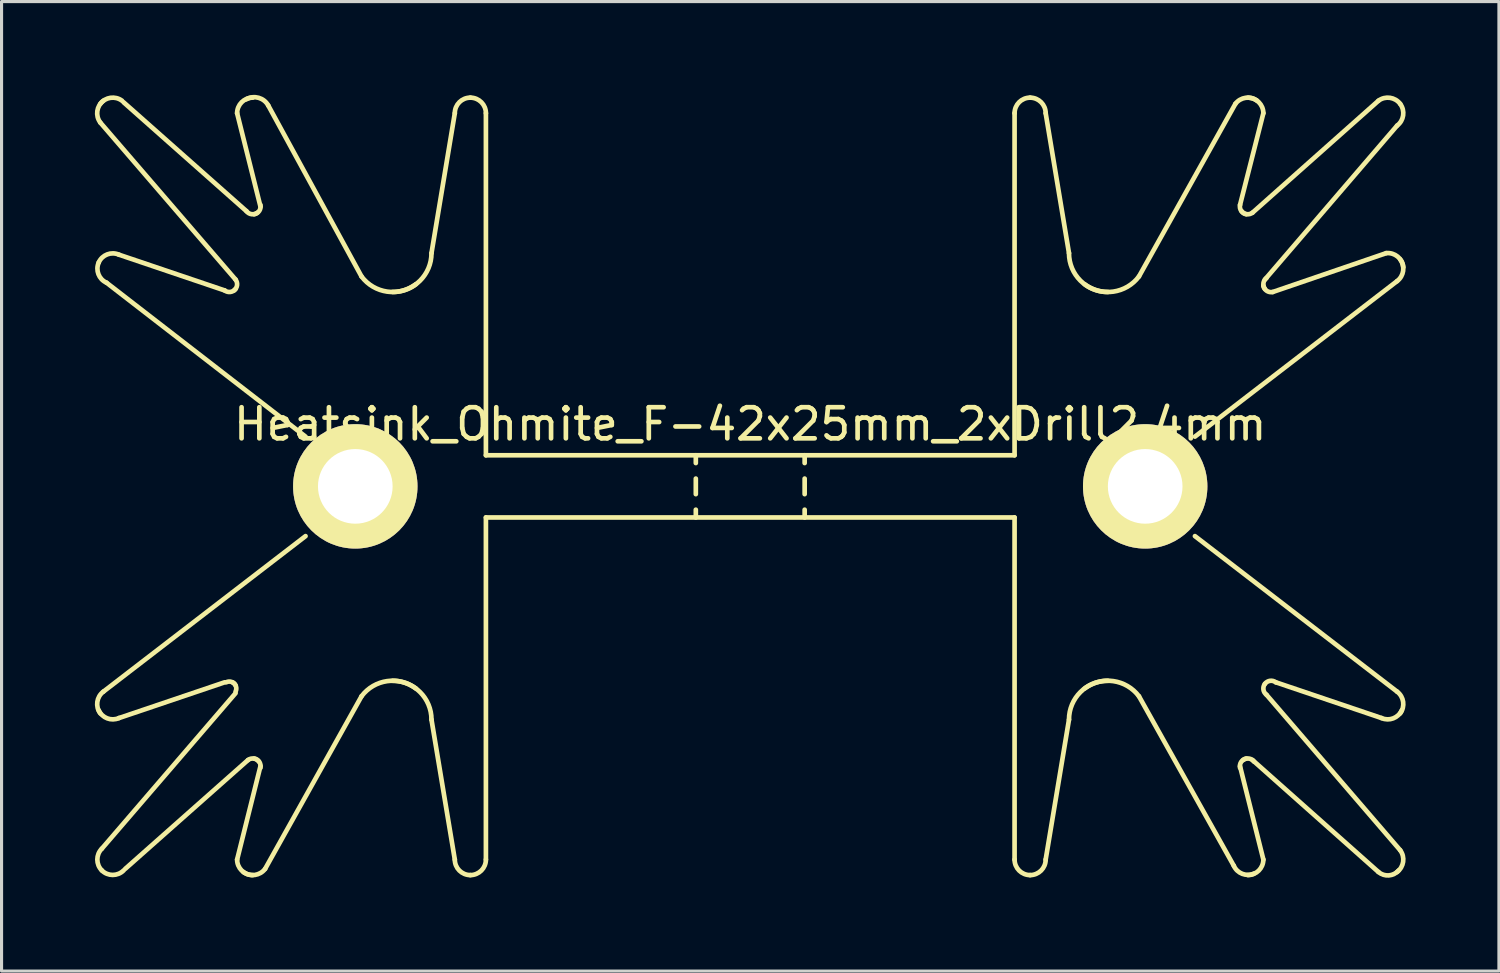
<source format=kicad_pcb>
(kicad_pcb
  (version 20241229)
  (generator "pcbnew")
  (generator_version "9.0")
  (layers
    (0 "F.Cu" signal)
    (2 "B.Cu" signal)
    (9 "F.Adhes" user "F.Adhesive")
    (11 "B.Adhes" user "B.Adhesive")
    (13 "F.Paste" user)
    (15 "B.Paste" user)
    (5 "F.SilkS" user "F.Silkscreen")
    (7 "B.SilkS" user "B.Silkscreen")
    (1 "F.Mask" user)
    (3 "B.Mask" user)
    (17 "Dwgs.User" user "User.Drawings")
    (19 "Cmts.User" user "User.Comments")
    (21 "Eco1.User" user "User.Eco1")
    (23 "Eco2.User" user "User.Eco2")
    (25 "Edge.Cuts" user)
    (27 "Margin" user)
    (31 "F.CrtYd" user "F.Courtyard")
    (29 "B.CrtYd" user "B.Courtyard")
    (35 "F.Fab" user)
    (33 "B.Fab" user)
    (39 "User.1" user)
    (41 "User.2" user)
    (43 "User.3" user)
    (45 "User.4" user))
  (footprint "Heatsink_Ohmite_F-42x25mm_2xDrill2.4mm"
    (layer "F.Cu")
    (at 21.075 12.59)
    (property "Reference" "Heatsink_Ohmite_F-42x25mm_2xDrill2.4mm" (at 0 -2 0) (layer "F.SilkS") (effects (font (size 1 1) (thickness 0.15))))
    (attr through_hole)
    (fp_line (start -20.85 11.65) (end -16.55 6.65) (stroke (width 0.15) (type solid)) (layer "F.SilkS"))
    (fp_line (start -20.8 6.6) (end -14.3 1.6) (stroke (width 0.15) (type solid)) (layer "F.SilkS"))
    (fp_line (start -20.7 -6.55) (end -14.3 -1.6) (stroke (width 0.15) (type solid)) (layer "F.SilkS"))
    (fp_line (start -20.3 7.45) (end -16.9 6.3) (stroke (width 0.15) (type solid)) (layer "F.SilkS"))
    (fp_line (start -20.1 12.3) (end -16.15 8.8) (stroke (width 0.15) (type solid)) (layer "F.SilkS"))
    (fp_line (start -16.9 -6.3) (end -20.3 -7.45) (stroke (width 0.15) (type solid)) (layer "F.SilkS"))
    (fp_line (start -16.55 -6.65) (end -20.9 -11.7) (stroke (width 0.15) (type solid)) (layer "F.SilkS"))
    (fp_line (start -16.5 12) (end -15.75 9) (stroke (width 0.15) (type solid)) (layer "F.SilkS"))
    (fp_line (start -16.2 -8.85) (end -20.15 -12.35) (stroke (width 0.15) (type solid)) (layer "F.SilkS"))
    (fp_line (start -15.75 -9) (end -16.5 -12) (stroke (width 0.15) (type solid)) (layer "F.SilkS"))
    (fp_line (start -15.6 12.3) (end -12.5 6.75) (stroke (width 0.15) (type solid)) (layer "F.SilkS"))
    (fp_line (start -15.5 -12.25) (end -12.5 -6.75) (stroke (width 0.15) (type solid)) (layer "F.SilkS"))
    (fp_line (start -10.25 7.5) (end -9.5 12) (stroke (width 0.15) (type solid)) (layer "F.SilkS"))
    (fp_line (start -9.5 -12) (end -10.25 -7.5) (stroke (width 0.15) (type solid)) (layer "F.SilkS"))
    (fp_line (start -8.5 -12) (end -8.5 -1) (stroke (width 0.15) (type solid)) (layer "F.SilkS"))
    (fp_line (start -8.5 -1) (end 8.5 -1) (stroke (width 0.15) (type solid)) (layer "F.SilkS"))
    (fp_line (start -8.5 12) (end -8.5 1) (stroke (width 0.15) (type solid)) (layer "F.SilkS"))
    (fp_line (start -1.75 -1) (end -1.75 -0.75) (stroke (width 0.15) (type solid)) (layer "F.SilkS"))
    (fp_line (start -1.75 -0.25) (end -1.75 0.25) (stroke (width 0.15) (type solid)) (layer "F.SilkS"))
    (fp_line (start -1.75 1) (end -1.75 0.75) (stroke (width 0.15) (type solid)) (layer "F.SilkS"))
    (fp_line (start 1.75 -1) (end 1.75 -0.75) (stroke (width 0.15) (type solid)) (layer "F.SilkS"))
    (fp_line (start 1.75 -0.25) (end 1.75 0.25) (stroke (width 0.15) (type solid)) (layer "F.SilkS"))
    (fp_line (start 1.75 0.75) (end 1.75 1) (stroke (width 0.15) (type solid)) (layer "F.SilkS"))
    (fp_line (start 8.5 -12) (end 8.5 -1) (stroke (width 0.15) (type solid)) (layer "F.SilkS"))
    (fp_line (start 8.5 1) (end -8.5 1) (stroke (width 0.15) (type solid)) (layer "F.SilkS"))
    (fp_line (start 8.5 12) (end 8.5 1) (stroke (width 0.15) (type solid)) (layer "F.SilkS"))
    (fp_line (start 9.5 -12) (end 10.25 -7.5) (stroke (width 0.15) (type solid)) (layer "F.SilkS"))
    (fp_line (start 10.25 7.5) (end 9.5 12) (stroke (width 0.15) (type solid)) (layer "F.SilkS"))
    (fp_line (start 12.5 -6.75) (end 15.6 -12.3) (stroke (width 0.15) (type solid)) (layer "F.SilkS"))
    (fp_line (start 15.55 12.2) (end 12.5 6.75) (stroke (width 0.15) (type solid)) (layer "F.SilkS"))
    (fp_line (start 16.15 -8.8) (end 20.2 -12.4) (stroke (width 0.15) (type solid)) (layer "F.SilkS"))
    (fp_line (start 16.15 8.8) (end 20.2 12.4) (stroke (width 0.15) (type solid)) (layer "F.SilkS"))
    (fp_line (start 16.5 -12) (end 15.75 -9.05) (stroke (width 0.15) (type solid)) (layer "F.SilkS"))
    (fp_line (start 16.5 12) (end 15.75 9) (stroke (width 0.15) (type solid)) (layer "F.SilkS"))
    (fp_line (start 16.55 -6.65) (end 20.8 -11.6) (stroke (width 0.15) (type solid)) (layer "F.SilkS"))
    (fp_line (start 16.6 6.7) (end 20.9 11.7) (stroke (width 0.15) (type solid)) (layer "F.SilkS"))
    (fp_line (start 16.8 -6.25) (end 20.45 -7.5) (stroke (width 0.15) (type solid)) (layer "F.SilkS"))
    (fp_line (start 16.9 6.3) (end 20.3 7.45) (stroke (width 0.15) (type solid)) (layer "F.SilkS"))
    (fp_line (start 20.8 -6.6) (end 14.3 -1.6) (stroke (width 0.15) (type solid)) (layer "F.SilkS"))
    (fp_line (start 20.8 6.6) (end 14.3 1.6) (stroke (width 0.15) (type solid)) (layer "F.SilkS"))
    (fp_arc (start -20.95 -7.2) (mid -20.676777 -7.459619) (end -20.3 -7.45) (stroke (width 0.15) (type solid)) (layer "F.SilkS"))
    (fp_arc (start -20.9 -12.3) (mid -20.570711 -12.494975) (end -20.2 -12.4) (stroke (width 0.15) (type solid)) (layer "F.SilkS"))
    (fp_arc (start -20.9 -11.7) (mid -20.994975 -12.070711) (end -20.8 -12.4) (stroke (width 0.15) (type solid)) (layer "F.SilkS"))
    (fp_arc (start -20.9 7.3) (mid -20.994975 6.929289) (end -20.8 6.6) (stroke (width 0.15) (type solid)) (layer "F.SilkS"))
    (fp_arc (start -20.85 12.35) (mid -20.994975 12) (end -20.85 11.65) (stroke (width 0.15) (type solid)) (layer "F.SilkS"))
    (fp_arc (start -20.7 -6.55) (mid -20.959619 -6.823223) (end -20.95 -7.2) (stroke (width 0.15) (type solid)) (layer "F.SilkS"))
    (fp_arc (start -20.3 7.45) (mid -20.676777 7.459619) (end -20.95 7.2) (stroke (width 0.15) (type solid)) (layer "F.SilkS"))
    (fp_arc (start -20.15 12.35) (mid -20.5 12.494975) (end -20.85 12.35) (stroke (width 0.15) (type solid)) (layer "F.SilkS"))
    (fp_arc (start -16.85 6.3) (mid -16.679289 6.287868) (end -16.55 6.4) (stroke (width 0.15) (type solid)) (layer "F.SilkS"))
    (fp_arc (start -16.65 6.3) (mid -16.537868 6.429289) (end -16.55 6.6) (stroke (width 0.15) (type solid)) (layer "F.SilkS"))
    (fp_arc (start -16.55 -6.65) (mid -16.502513 -6.464645) (end -16.6 -6.3) (stroke (width 0.15) (type solid)) (layer "F.SilkS"))
    (fp_arc (start -16.55 -6.35) (mid -16.714645 -6.252513) (end -16.9 -6.3) (stroke (width 0.15) (type solid)) (layer "F.SilkS"))
    (fp_arc (start -16.5 -12) (mid -16.353553 -12.353553) (end -16 -12.5) (stroke (width 0.15) (type solid)) (layer "F.SilkS"))
    (fp_arc (start -16.2 -12.45) (mid -15.808579 -12.494975) (end -15.5 -12.25) (stroke (width 0.15) (type solid)) (layer "F.SilkS"))
    (fp_arc (start -16.15 8.8) (mid -15.964645 8.752513) (end -15.8 8.85) (stroke (width 0.15) (type solid)) (layer "F.SilkS"))
    (fp_arc (start -16 12.5) (mid -16.353553 12.353553) (end -16.5 12) (stroke (width 0.15) (type solid)) (layer "F.SilkS"))
    (fp_arc (start -15.95 8.75) (mid -15.787868 8.858579) (end -15.75 9.05) (stroke (width 0.15) (type solid)) (layer "F.SilkS"))
    (fp_arc (start -15.85 -8.8) (mid -16.035355 -8.752513) (end -16.2 -8.85) (stroke (width 0.15) (type solid)) (layer "F.SilkS"))
    (fp_arc (start -15.75 -9.05) (mid -15.787868 -8.858579) (end -15.95 -8.75) (stroke (width 0.15) (type solid)) (layer "F.SilkS"))
    (fp_arc (start -15.6 12.3) (mid -15.929289 12.494975) (end -16.3 12.4) (stroke (width 0.15) (type solid)) (layer "F.SilkS"))
    (fp_arc (start -12.5 6.75) (mid -11.676777 6.262563) (end -10.75 6.5) (stroke (width 0.15) (type solid)) (layer "F.SilkS"))
    (fp_arc (start -11.5 6.25) (mid -10.616117 6.616117) (end -10.25 7.5) (stroke (width 0.15) (type solid)) (layer "F.SilkS"))
    (fp_arc (start -10.75 -6.5) (mid -11.676777 -6.262563) (end -12.5 -6.75) (stroke (width 0.15) (type solid)) (layer "F.SilkS"))
    (fp_arc (start -10.25 -7.5) (mid -10.616117 -6.616117) (end -11.5 -6.25) (stroke (width 0.15) (type solid)) (layer "F.SilkS"))
    (fp_arc (start -9.5 -12) (mid -9.353553 -12.353553) (end -9 -12.5) (stroke (width 0.15) (type solid)) (layer "F.SilkS"))
    (fp_arc (start -9 -12.5) (mid -8.646447 -12.353553) (end -8.5 -12) (stroke (width 0.15) (type solid)) (layer "F.SilkS"))
    (fp_arc (start -9 12.5) (mid -9.353553 12.353553) (end -9.5 12) (stroke (width 0.15) (type solid)) (layer "F.SilkS"))
    (fp_arc (start -8.5 12) (mid -8.646447 12.353553) (end -9 12.5) (stroke (width 0.15) (type solid)) (layer "F.SilkS"))
    (fp_arc (start 8.5 -12) (mid 8.646447 -12.353553) (end 9 -12.5) (stroke (width 0.15) (type solid)) (layer "F.SilkS"))
    (fp_arc (start 9 -12.5) (mid 9.353553 -12.353553) (end 9.5 -12) (stroke (width 0.15) (type solid)) (layer "F.SilkS"))
    (fp_arc (start 9 12.5) (mid 8.646447 12.353553) (end 8.5 12) (stroke (width 0.15) (type solid)) (layer "F.SilkS"))
    (fp_arc (start 9.5 12) (mid 9.353553 12.353553) (end 9 12.5) (stroke (width 0.15) (type solid)) (layer "F.SilkS"))
    (fp_arc (start 10.25 7.5) (mid 10.616117 6.616117) (end 11.5 6.25) (stroke (width 0.15) (type solid)) (layer "F.SilkS"))
    (fp_arc (start 10.75 6.5) (mid 11.676777 6.262563) (end 12.5 6.75) (stroke (width 0.15) (type solid)) (layer "F.SilkS"))
    (fp_arc (start 11.5 -6.25) (mid 10.616117 -6.616117) (end 10.25 -7.5) (stroke (width 0.15) (type solid)) (layer "F.SilkS"))
    (fp_arc (start 12.5 -6.75) (mid 11.676777 -6.262563) (end 10.75 -6.5) (stroke (width 0.15) (type solid)) (layer "F.SilkS"))
    (fp_arc (start 15.6 -12.3) (mid 15.929289 -12.494975) (end 16.3 -12.4) (stroke (width 0.15) (type solid)) (layer "F.SilkS"))
    (fp_arc (start 15.75 9.05) (mid 15.787868 8.858579) (end 15.95 8.75) (stroke (width 0.15) (type solid)) (layer "F.SilkS"))
    (fp_arc (start 15.85 8.8) (mid 16.035355 8.752513) (end 16.2 8.85) (stroke (width 0.15) (type solid)) (layer "F.SilkS"))
    (fp_arc (start 15.95 -8.75) (mid 15.787868 -8.858579) (end 15.75 -9.05) (stroke (width 0.15) (type solid)) (layer "F.SilkS"))
    (fp_arc (start 16 -12.5) (mid 16.353553 -12.353553) (end 16.5 -12) (stroke (width 0.15) (type solid)) (layer "F.SilkS"))
    (fp_arc (start 16.15 -8.8) (mid 15.964645 -8.752513) (end 15.8 -8.85) (stroke (width 0.15) (type solid)) (layer "F.SilkS"))
    (fp_arc (start 16.2 12.45) (mid 15.823223 12.459619) (end 15.55 12.2) (stroke (width 0.15) (type solid)) (layer "F.SilkS"))
    (fp_arc (start 16.5 12) (mid 16.353553 12.353553) (end 16 12.5) (stroke (width 0.15) (type solid)) (layer "F.SilkS"))
    (fp_arc (start 16.55 -6.35) (mid 16.502513 -6.535355) (end 16.6 -6.7) (stroke (width 0.15) (type solid)) (layer "F.SilkS"))
    (fp_arc (start 16.55 6.35) (mid 16.714645 6.252513) (end 16.9 6.3) (stroke (width 0.15) (type solid)) (layer "F.SilkS"))
    (fp_arc (start 16.6 6.7) (mid 16.502513 6.535355) (end 16.55 6.35) (stroke (width 0.15) (type solid)) (layer "F.SilkS"))
    (fp_arc (start 16.8 -6.25) (mid 16.608579 -6.287868) (end 16.5 -6.45) (stroke (width 0.15) (type solid)) (layer "F.SilkS"))
    (fp_arc (start 20.2 -12.4) (mid 20.570711 -12.494975) (end 20.9 -12.3) (stroke (width 0.15) (type solid)) (layer "F.SilkS"))
    (fp_arc (start 20.45 -7.5) (mid 20.818198 -7.388909) (end 21 -7.05) (stroke (width 0.15) (type solid)) (layer "F.SilkS"))
    (fp_arc (start 20.8 6.6) (mid 20.994975 6.929289) (end 20.9 7.3) (stroke (width 0.15) (type solid)) (layer "F.SilkS"))
    (fp_arc (start 20.85 12.35) (mid 20.535355 12.509619) (end 20.2 12.4) (stroke (width 0.15) (type solid)) (layer "F.SilkS"))
    (fp_arc (start 20.9 -12.3) (mid 20.994975 -11.929289) (end 20.8 -11.6) (stroke (width 0.15) (type solid)) (layer "F.SilkS"))
    (fp_arc (start 20.9 -7.3) (mid 20.994975 -6.929289) (end 20.8 -6.6) (stroke (width 0.15) (type solid)) (layer "F.SilkS"))
    (fp_arc (start 20.9 11.7) (mid 20.994975 12.070711) (end 20.8 12.4) (stroke (width 0.15) (type solid)) (layer "F.SilkS"))
    (fp_arc (start 20.95 7.2) (mid 20.676777 7.459619) (end 20.3 7.45) (stroke (width 0.15) (type solid)) (layer "F.SilkS"))
    (pad "1" thru_hole circle (at -12.7 0) (size 4 4) (drill 2.4) (layers "*.Cu" "*.Mask" "F.SilkS"))
    (pad "1" thru_hole circle (at 12.7 0) (size 4 4) (drill 2.4) (layers "*.Cu" "*.Mask" "F.SilkS")))
  (gr_rect
    (start -3 -3)
    (end 45.15 28.176)
    (stroke (width 0.1) (type default))
    (fill no)
    (layer "Edge.Cuts")))
</source>
